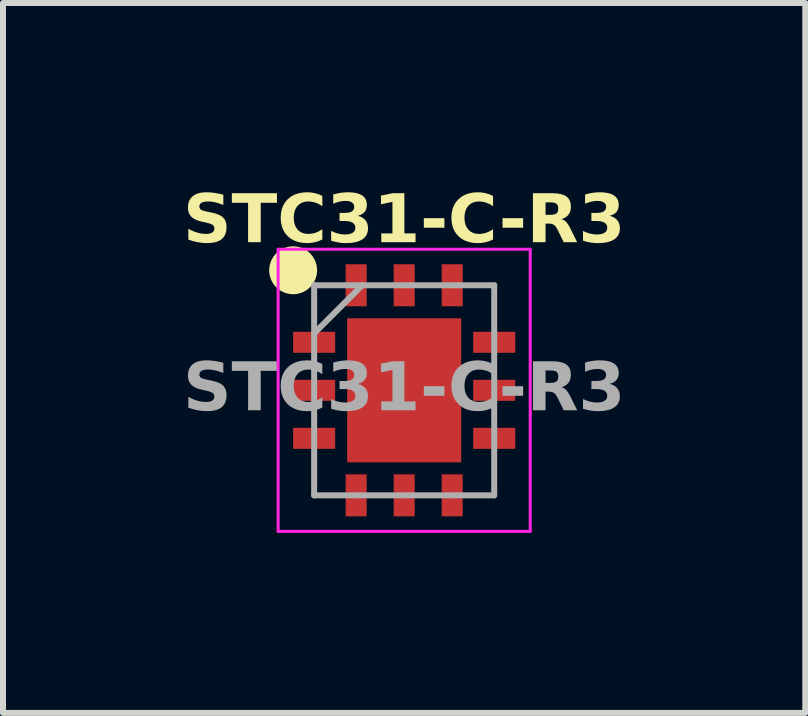
<source format=kicad_pcb>
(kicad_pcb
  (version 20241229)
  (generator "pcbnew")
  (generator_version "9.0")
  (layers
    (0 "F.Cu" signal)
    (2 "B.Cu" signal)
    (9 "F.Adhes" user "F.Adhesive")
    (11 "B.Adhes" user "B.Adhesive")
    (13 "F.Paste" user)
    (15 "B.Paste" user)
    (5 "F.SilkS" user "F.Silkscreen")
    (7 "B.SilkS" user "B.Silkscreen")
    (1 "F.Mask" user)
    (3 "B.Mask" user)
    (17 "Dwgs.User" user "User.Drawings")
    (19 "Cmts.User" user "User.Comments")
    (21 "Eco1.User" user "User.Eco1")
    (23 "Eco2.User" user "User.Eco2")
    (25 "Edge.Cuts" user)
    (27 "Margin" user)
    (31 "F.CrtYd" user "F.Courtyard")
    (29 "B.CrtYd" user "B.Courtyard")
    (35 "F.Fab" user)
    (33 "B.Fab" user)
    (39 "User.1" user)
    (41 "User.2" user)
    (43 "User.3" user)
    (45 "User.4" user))
  (footprint "STC31-C-R3"
    (layer "F.Cu")
    (at 3.684 3.453)
    (property "Reference" "STC31-C-R3" (at 0 -2.8 0) (layer "F.SilkS") (effects (font (face "JetBrains Mono SemiBold") (size 0.8 0.8) (thickness 0.1))))
    (attr smd)
    (fp_circle (center -1.85 -2) (end -1.85 -1.8) (stroke (width 0.4) (type solid)) (fill no) (layer "F.SilkS"))
    (fp_line (start -2.1 -2.35) (end 2.1 -2.35) (stroke (width 0.05) (type solid)) (layer "F.CrtYd"))
    (fp_line (start -2.1 2.35) (end -2.1 -2.35) (stroke (width 0.05) (type solid)) (layer "F.CrtYd"))
    (fp_line (start 2.1 -2.35) (end 2.1 2.35) (stroke (width 0.05) (type solid)) (layer "F.CrtYd"))
    (fp_line (start 2.1 2.35) (end -2.1 2.35) (stroke (width 0.05) (type solid)) (layer "F.CrtYd"))
    (fp_line (start -1.5 -1.75) (end 1.5 -1.75) (stroke (width 0.1) (type solid)) (layer "F.Fab"))
    (fp_line (start -1.5 -0.95) (end -0.7 -1.75) (stroke (width 0.1) (type solid)) (layer "F.Fab"))
    (fp_line (start -1.5 1.75) (end -1.5 -1.75) (stroke (width 0.1) (type solid)) (layer "F.Fab"))
    (fp_line (start 1.5 -1.75) (end 1.5 1.75) (stroke (width 0.1) (type solid)) (layer "F.Fab"))
    (fp_line (start 1.5 1.75) (end -1.5 1.75) (stroke (width 0.1) (type solid)) (layer "F.Fab"))
    (fp_text user "${REFERENCE}" (at 0 0 0) (layer "F.Fab") (effects (font (face "JetBrains Mono SemiBold") (size 0.8 0.8) (thickness 0.1))))
    (pad "1" smd rect (at -1.5 -0.8 90) (size 0.35 0.7) (layers "F.Cu" "F.Mask" "F.Paste"))
    (pad "2" smd rect (at -1.5 0 90) (size 0.35 0.7) (layers "F.Cu" "F.Mask" "F.Paste"))
    (pad "3" smd rect (at -1.5 0.8 90) (size 0.35 0.7) (layers "F.Cu" "F.Mask" "F.Paste"))
    (pad "4" smd rect (at -0.8 1.75) (size 0.35 0.7) (layers "F.Cu" "F.Mask" "F.Paste"))
    (pad "5" smd rect (at 0 1.75) (size 0.35 0.7) (layers "F.Cu" "F.Mask" "F.Paste"))
    (pad "6" smd rect (at 0.8 1.75) (size 0.35 0.7) (layers "F.Cu" "F.Mask" "F.Paste"))
    (pad "7" smd rect (at 1.5 0.8 90) (size 0.35 0.7) (layers "F.Cu" "F.Mask" "F.Paste"))
    (pad "8" smd rect (at 1.5 0 90) (size 0.35 0.7) (layers "F.Cu" "F.Mask" "F.Paste"))
    (pad "9" smd rect (at 1.5 -0.8 90) (size 0.35 0.7) (layers "F.Cu" "F.Mask" "F.Paste"))
    (pad "10" smd rect (at 0.8 -1.75) (size 0.35 0.7) (layers "F.Cu" "F.Mask" "F.Paste"))
    (pad "11" smd rect (at 0 -1.75) (size 0.35 0.7) (layers "F.Cu" "F.Mask" "F.Paste"))
    (pad "12" smd rect (at -0.8 -1.75) (size 0.35 0.7) (layers "F.Cu" "F.Mask" "F.Paste"))
    (pad "13" smd rect (at 0 0) (size 1.9 2.4) (layers "F.Cu" "F.Mask" "F.Paste")))
  (gr_rect
    (start -3 -3)
    (end 10.367 8.828)
    (stroke (width 0.1) (type default))
    (fill no)
    (layer "Edge.Cuts")))
</source>
